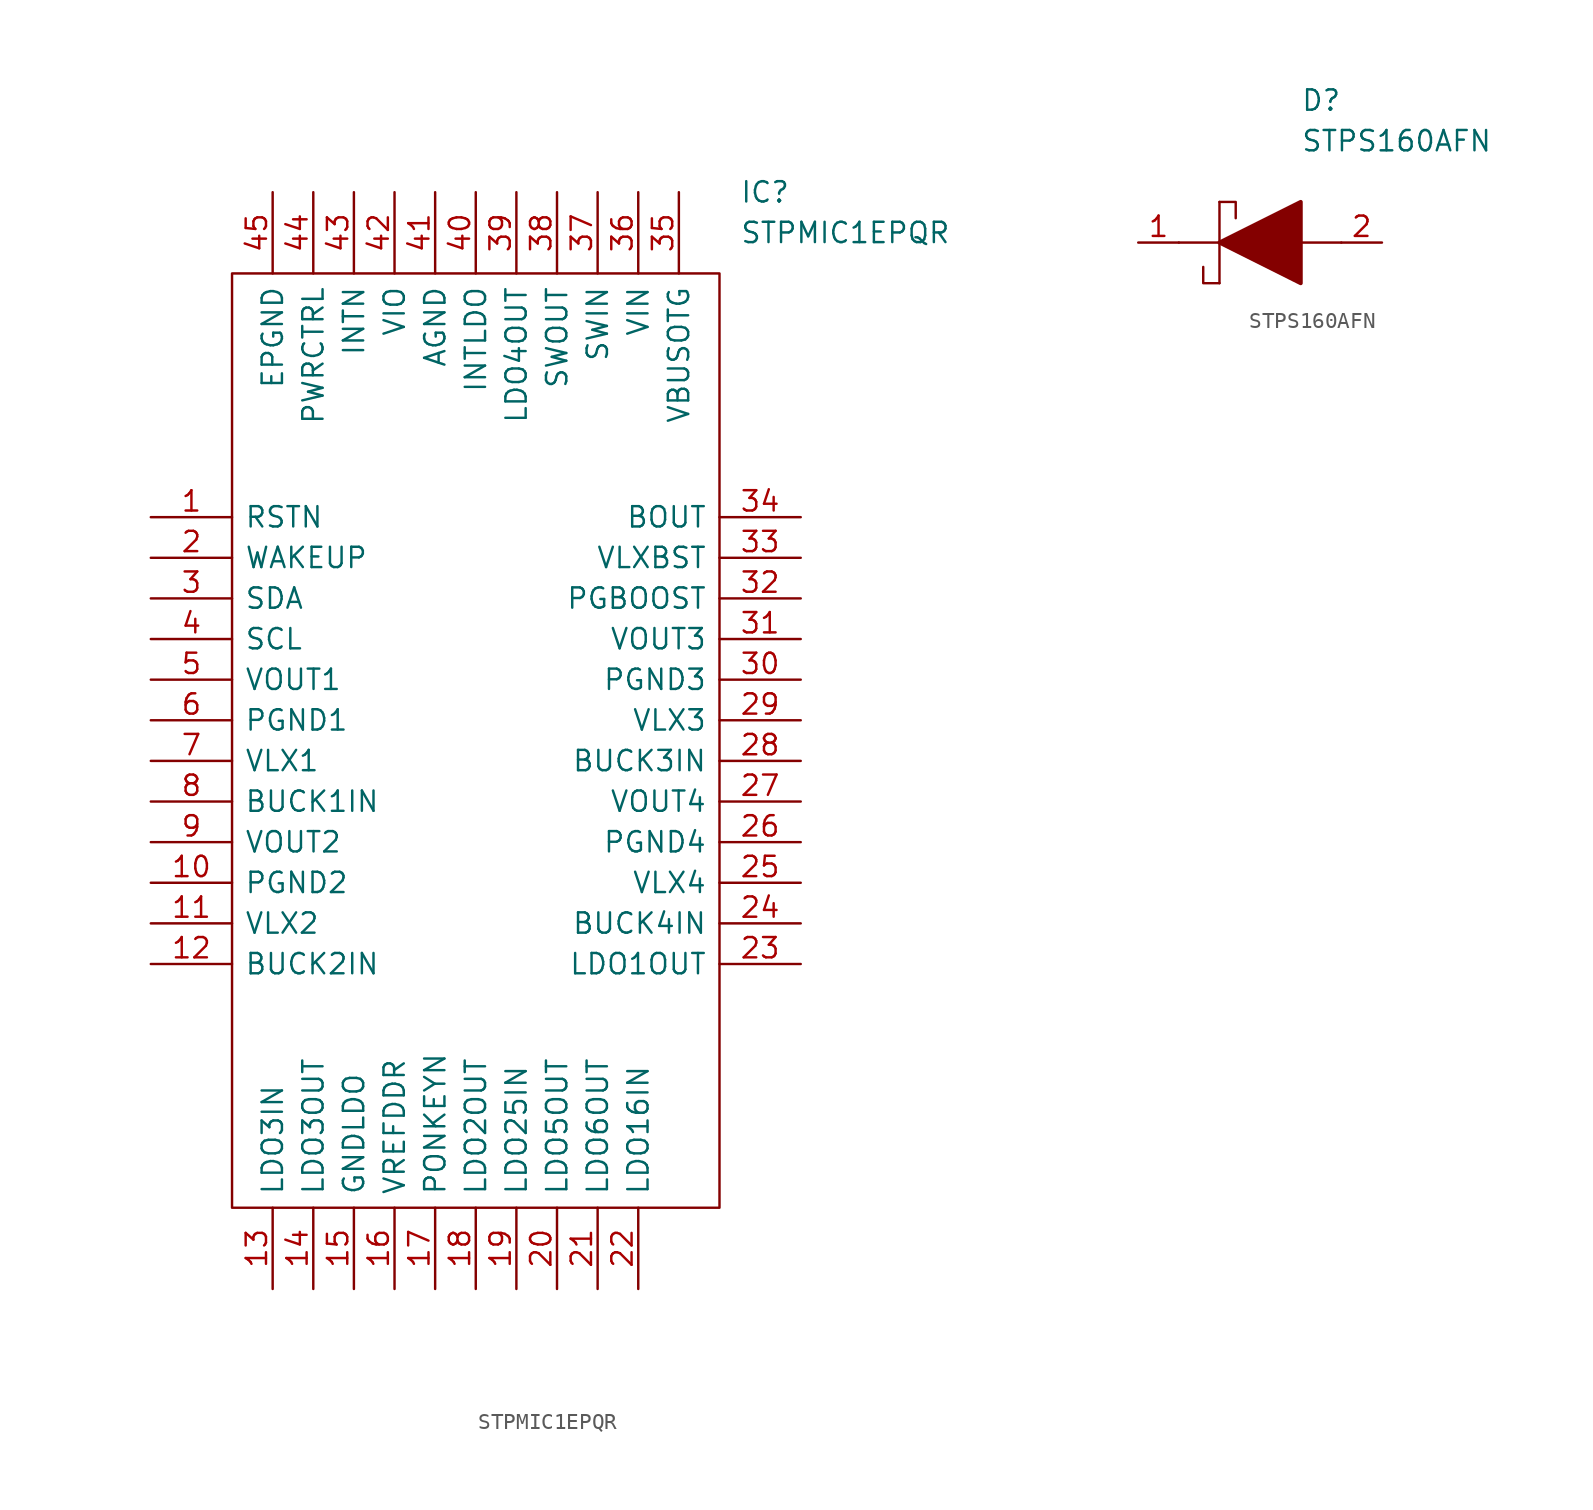
<source format=kicad_sym>
(kicad_symbol_lib
  (version 20211014)
  (generator kicad_symbol_editor)
  (symbol "STPMIC1EPQR"
    (pin_names
      (offset 0.762))
    (property "Reference" "IC"
      (at 36.83 20.32 0)
      (effects (font (size 1.27 1.27)) (justify left)))
    (property "Value" "STPMIC1EPQR"
      (at 36.83 17.78 0)
      (effects (font (size 1.27 1.27)) (justify left)))
    (symbol "STPMIC1EPQR_0_0"
      (pin passive line (at 0 0 0) (length 5.08) (name "RSTN" (effects (font (size 1.27 1.27)))) (number "1" (effects (font (size 1.27 1.27)))))
      (pin passive line (at 0 -22.86 0) (length 5.08) (name "PGND2" (effects (font (size 1.27 1.27)))) (number "10" (effects (font (size 1.27 1.27)))))
      (pin passive line (at 0 -25.4 0) (length 5.08) (name "VLX2" (effects (font (size 1.27 1.27)))) (number "11" (effects (font (size 1.27 1.27)))))
      (pin passive line (at 0 -27.94 0) (length 5.08) (name "BUCK2IN" (effects (font (size 1.27 1.27)))) (number "12" (effects (font (size 1.27 1.27)))))
      (pin passive line (at 7.62 -48.26 90) (length 5.08) (name "LDO3IN" (effects (font (size 1.27 1.27)))) (number "13" (effects (font (size 1.27 1.27)))))
      (pin passive line (at 10.16 -48.26 90) (length 5.08) (name "LDO3OUT" (effects (font (size 1.27 1.27)))) (number "14" (effects (font (size 1.27 1.27)))))
      (pin passive line (at 12.7 -48.26 90) (length 5.08) (name "GNDLDO" (effects (font (size 1.27 1.27)))) (number "15" (effects (font (size 1.27 1.27)))))
      (pin passive line (at 15.24 -48.26 90) (length 5.08) (name "VREFDDR" (effects (font (size 1.27 1.27)))) (number "16" (effects (font (size 1.27 1.27)))))
      (pin passive line (at 17.78 -48.26 90) (length 5.08) (name "PONKEYN" (effects (font (size 1.27 1.27)))) (number "17" (effects (font (size 1.27 1.27)))))
      (pin passive line (at 20.32 -48.26 90) (length 5.08) (name "LDO2OUT" (effects (font (size 1.27 1.27)))) (number "18" (effects (font (size 1.27 1.27)))))
      (pin passive line (at 22.86 -48.26 90) (length 5.08) (name "LDO25IN" (effects (font (size 1.27 1.27)))) (number "19" (effects (font (size 1.27 1.27)))))
      (pin passive line (at 0 -2.54 0) (length 5.08) (name "WAKEUP" (effects (font (size 1.27 1.27)))) (number "2" (effects (font (size 1.27 1.27)))))
      (pin passive line (at 25.4 -48.26 90) (length 5.08) (name "LDO5OUT" (effects (font (size 1.27 1.27)))) (number "20" (effects (font (size 1.27 1.27)))))
      (pin passive line (at 27.94 -48.26 90) (length 5.08) (name "LDO6OUT" (effects (font (size 1.27 1.27)))) (number "21" (effects (font (size 1.27 1.27)))))
      (pin passive line (at 30.48 -48.26 90) (length 5.08) (name "LDO16IN" (effects (font (size 1.27 1.27)))) (number "22" (effects (font (size 1.27 1.27)))))
      (pin passive line (at 40.64 -27.94 180) (length 5.08) (name "LDO1OUT" (effects (font (size 1.27 1.27)))) (number "23" (effects (font (size 1.27 1.27)))))
      (pin passive line (at 40.64 -25.4 180) (length 5.08) (name "BUCK4IN" (effects (font (size 1.27 1.27)))) (number "24" (effects (font (size 1.27 1.27)))))
      (pin passive line (at 40.64 -22.86 180) (length 5.08) (name "VLX4" (effects (font (size 1.27 1.27)))) (number "25" (effects (font (size 1.27 1.27)))))
      (pin passive line (at 40.64 -20.32 180) (length 5.08) (name "PGND4" (effects (font (size 1.27 1.27)))) (number "26" (effects (font (size 1.27 1.27)))))
      (pin passive line (at 40.64 -17.78 180) (length 5.08) (name "VOUT4" (effects (font (size 1.27 1.27)))) (number "27" (effects (font (size 1.27 1.27)))))
      (pin passive line (at 40.64 -15.24 180) (length 5.08) (name "BUCK3IN" (effects (font (size 1.27 1.27)))) (number "28" (effects (font (size 1.27 1.27)))))
      (pin passive line (at 40.64 -12.7 180) (length 5.08) (name "VLX3" (effects (font (size 1.27 1.27)))) (number "29" (effects (font (size 1.27 1.27)))))
      (pin passive line (at 0 -5.08 0) (length 5.08) (name "SDA" (effects (font (size 1.27 1.27)))) (number "3" (effects (font (size 1.27 1.27)))))
      (pin passive line (at 40.64 -10.16 180) (length 5.08) (name "PGND3" (effects (font (size 1.27 1.27)))) (number "30" (effects (font (size 1.27 1.27)))))
      (pin passive line (at 40.64 -7.62 180) (length 5.08) (name "VOUT3" (effects (font (size 1.27 1.27)))) (number "31" (effects (font (size 1.27 1.27)))))
      (pin passive line (at 40.64 -5.08 180) (length 5.08) (name "PGBOOST" (effects (font (size 1.27 1.27)))) (number "32" (effects (font (size 1.27 1.27)))))
      (pin passive line (at 40.64 -2.54 180) (length 5.08) (name "VLXBST" (effects (font (size 1.27 1.27)))) (number "33" (effects (font (size 1.27 1.27)))))
      (pin passive line (at 40.64 0 180) (length 5.08) (name "BOUT" (effects (font (size 1.27 1.27)))) (number "34" (effects (font (size 1.27 1.27)))))
      (pin passive line (at 33.02 20.32 270) (length 5.08) (name "VBUSOTG" (effects (font (size 1.27 1.27)))) (number "35" (effects (font (size 1.27 1.27)))))
      (pin passive line (at 30.48 20.32 270) (length 5.08) (name "VIN" (effects (font (size 1.27 1.27)))) (number "36" (effects (font (size 1.27 1.27)))))
      (pin passive line (at 27.94 20.32 270) (length 5.08) (name "SWIN" (effects (font (size 1.27 1.27)))) (number "37" (effects (font (size 1.27 1.27)))))
      (pin passive line (at 25.4 20.32 270) (length 5.08) (name "SWOUT" (effects (font (size 1.27 1.27)))) (number "38" (effects (font (size 1.27 1.27)))))
      (pin passive line (at 22.86 20.32 270) (length 5.08) (name "LDO4OUT" (effects (font (size 1.27 1.27)))) (number "39" (effects (font (size 1.27 1.27)))))
      (pin passive line (at 0 -7.62 0) (length 5.08) (name "SCL" (effects (font (size 1.27 1.27)))) (number "4" (effects (font (size 1.27 1.27)))))
      (pin passive line (at 20.32 20.32 270) (length 5.08) (name "INTLDO" (effects (font (size 1.27 1.27)))) (number "40" (effects (font (size 1.27 1.27)))))
      (pin passive line (at 17.78 20.32 270) (length 5.08) (name "AGND" (effects (font (size 1.27 1.27)))) (number "41" (effects (font (size 1.27 1.27)))))
      (pin passive line (at 15.24 20.32 270) (length 5.08) (name "VIO" (effects (font (size 1.27 1.27)))) (number "42" (effects (font (size 1.27 1.27)))))
      (pin passive line (at 12.7 20.32 270) (length 5.08) (name "INTN" (effects (font (size 1.27 1.27)))) (number "43" (effects (font (size 1.27 1.27)))))
      (pin passive line (at 10.16 20.32 270) (length 5.08) (name "PWRCTRL" (effects (font (size 1.27 1.27)))) (number "44" (effects (font (size 1.27 1.27)))))
      (pin passive line (at 7.62 20.32 270) (length 5.08) (name "EPGND" (effects (font (size 1.27 1.27)))) (number "45" (effects (font (size 1.27 1.27)))))
      (pin passive line (at 0 -10.16 0) (length 5.08) (name "VOUT1" (effects (font (size 1.27 1.27)))) (number "5" (effects (font (size 1.27 1.27)))))
      (pin passive line (at 0 -12.7 0) (length 5.08) (name "PGND1" (effects (font (size 1.27 1.27)))) (number "6" (effects (font (size 1.27 1.27)))))
      (pin passive line (at 0 -15.24 0) (length 5.08) (name "VLX1" (effects (font (size 1.27 1.27)))) (number "7" (effects (font (size 1.27 1.27)))))
      (pin passive line (at 0 -17.78 0) (length 5.08) (name "BUCK1IN" (effects (font (size 1.27 1.27)))) (number "8" (effects (font (size 1.27 1.27)))))
      (pin passive line (at 0 -20.32 0) (length 5.08) (name "VOUT2" (effects (font (size 1.27 1.27)))) (number "9" (effects (font (size 1.27 1.27))))))
    (symbol "STPMIC1EPQR_0_1"
      (polyline (pts (xy 5.08 15.24) (xy 35.56 15.24) (xy 35.56 -43.18) (xy 5.08 -43.18) (xy 5.08 15.24)) (stroke (width 0.152) (type default) (color 0 0 0 0)) (fill (type none)))))
  (symbol "STPS160AFN"
    (pin_names
      (offset 0.762))
    (property "Reference" "D"
      (at 12.7 8.89 0)
      (effects (font (size 1.27 1.27)) (justify left)))
    (property "Value" "STPS160AFN"
      (at 12.7 6.35 0)
      (effects (font (size 1.27 1.27)) (justify left)))
    (symbol "STPS160AFN_0_0"
      (pin passive line (at 2.54 0 0) (length 2.54) (name "~" (effects (font (size 1.27 1.27)))) (number "1" (effects (font (size 1.27 1.27)))))
      (pin passive line (at 17.78 0 180) (length 2.54) (name "~" (effects (font (size 1.27 1.27)))) (number "2" (effects (font (size 1.27 1.27))))))
    (symbol "STPS160AFN_0_1"
      (polyline (pts (xy 5.08 0) (xy 7.62 0)) (stroke (width 0.152) (type default) (color 0 0 0 0)) (fill (type none)))
      (polyline (pts (xy 7.62 2.54) (xy 7.62 -2.54)) (stroke (width 0.152) (type default) (color 0 0 0 0)) (fill (type none)))
      (polyline (pts (xy 12.7 0) (xy 15.24 0)) (stroke (width 0.152) (type default) (color 0 0 0 0)) (fill (type none)))
      (polyline (pts (xy 7.62 -2.54) (xy 6.604 -2.54) (xy 6.604 -1.524)) (stroke (width 0.152) (type default) (color 0 0 0 0)) (fill (type none)))
      (polyline (pts (xy 7.62 2.54) (xy 8.636 2.54) (xy 8.636 1.524)) (stroke (width 0.152) (type default) (color 0 0 0 0)) (fill (type none)))
      (polyline (pts (xy 7.62 0) (xy 12.7 2.54) (xy 12.7 -2.54) (xy 7.62 0)) (stroke (width 0.254) (type default) (color 0 0 0 0)) (fill (type outline))))))
</source>
